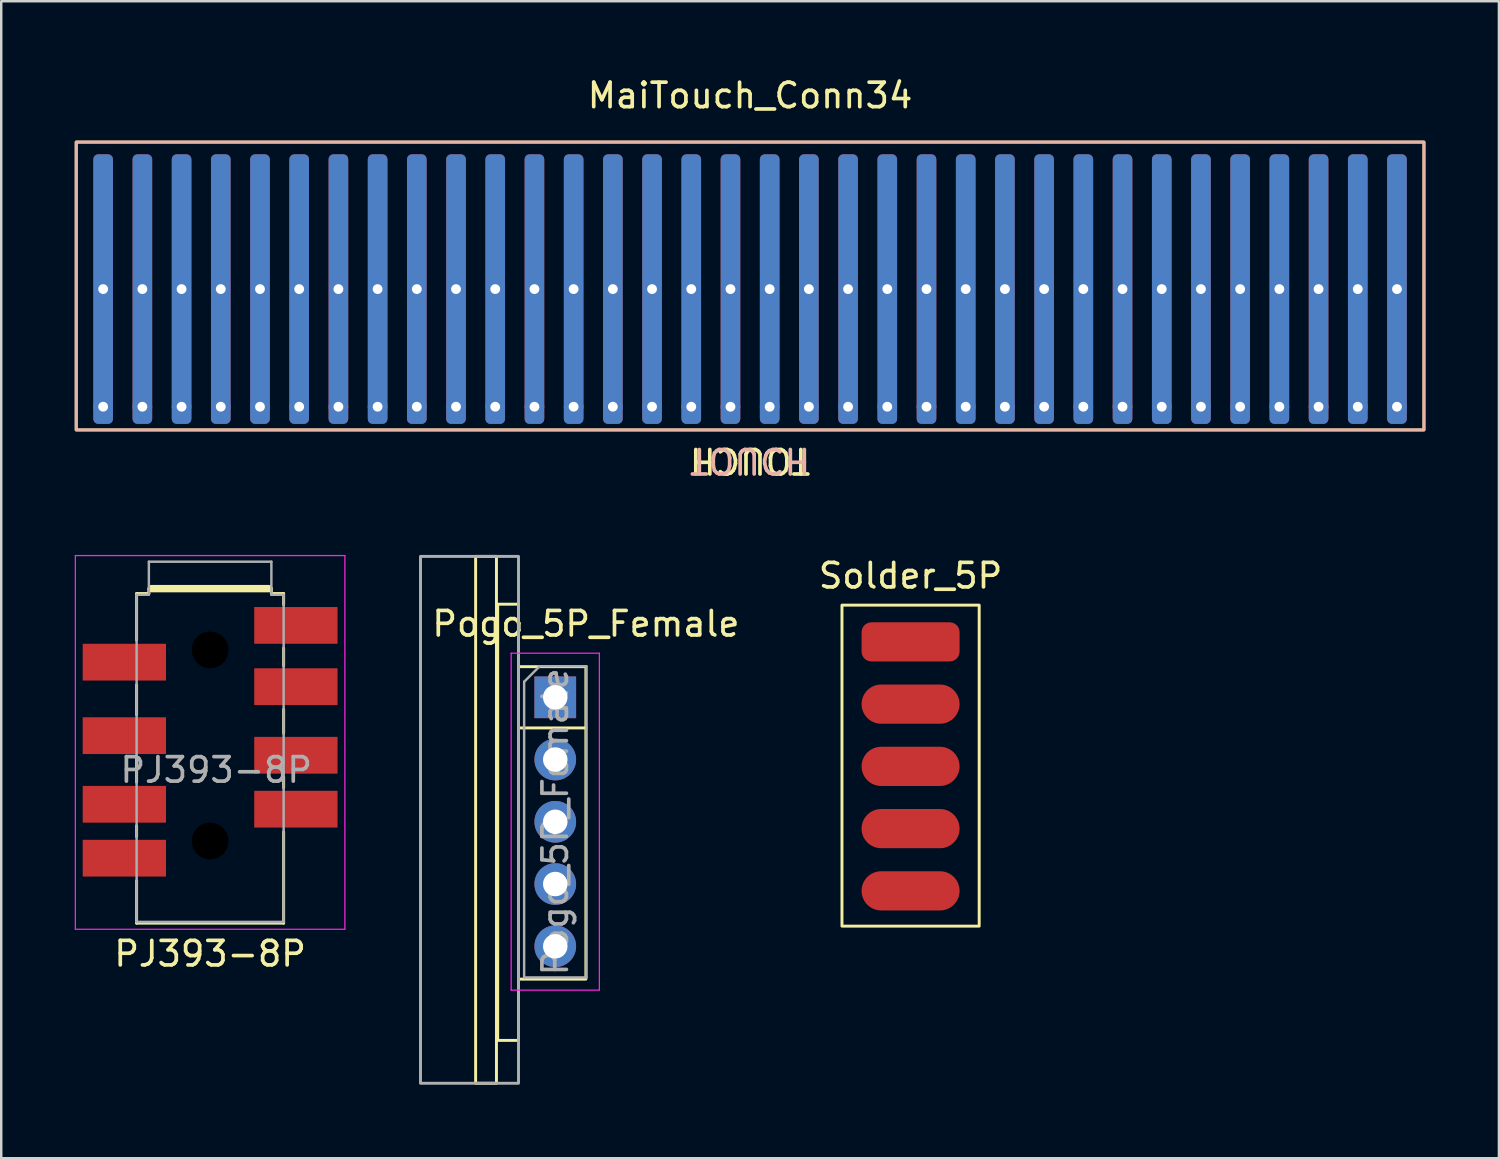
<source format=kicad_pcb>
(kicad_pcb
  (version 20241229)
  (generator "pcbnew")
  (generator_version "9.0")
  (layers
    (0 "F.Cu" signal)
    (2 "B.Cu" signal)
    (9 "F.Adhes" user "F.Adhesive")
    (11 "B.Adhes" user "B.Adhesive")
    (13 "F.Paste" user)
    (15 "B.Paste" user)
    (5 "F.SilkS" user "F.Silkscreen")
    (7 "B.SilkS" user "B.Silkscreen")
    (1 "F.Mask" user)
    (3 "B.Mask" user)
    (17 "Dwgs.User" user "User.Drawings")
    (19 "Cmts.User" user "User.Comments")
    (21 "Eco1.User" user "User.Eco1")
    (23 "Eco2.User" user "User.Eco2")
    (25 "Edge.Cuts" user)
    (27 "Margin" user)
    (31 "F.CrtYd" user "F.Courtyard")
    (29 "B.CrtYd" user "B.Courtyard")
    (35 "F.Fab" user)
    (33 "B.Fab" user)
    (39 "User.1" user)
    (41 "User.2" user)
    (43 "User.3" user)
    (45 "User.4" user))
  (footprint "Pogo_5P_Female"
    (layer "F.Cu")
    (at 19.61 25.407)
    (property "Reference" "Pogo_5P_Female" (at 1.25 -3 0) (layer "F.SilkS") (effects (font (size 1 1) (thickness 0.15))))
    (attr through_hole)
    (fp_line (start 1.25 1.25) (end -1.5 1.25) (stroke (width 0.12) (type solid)) (layer "F.SilkS"))
    (fp_rect (start -3.25 -5.75) (end -2.4 15.75) (stroke (width 0.12) (type solid)) (fill no) (layer "F.SilkS"))
    (fp_rect (start -2.35 -3.8) (end -1.5 14) (stroke (width 0.12) (type solid)) (fill no) (layer "F.SilkS"))
    (fp_rect (start -1.5 -1.25) (end 1.25 11.5) (stroke (width 0.12) (type solid)) (fill no) (layer "F.SilkS"))
    (fp_line (start -1.8 -1.8) (end -1.8 11.95) (stroke (width 0.05) (type solid)) (layer "F.CrtYd"))
    (fp_line (start -1.8 11.95) (end 1.8 11.95) (stroke (width 0.05) (type solid)) (layer "F.CrtYd"))
    (fp_line (start 1.8 -1.8) (end -1.8 -1.8) (stroke (width 0.05) (type solid)) (layer "F.CrtYd"))
    (fp_line (start 1.8 11.95) (end 1.8 -1.8) (stroke (width 0.05) (type solid)) (layer "F.CrtYd"))
    (fp_line (start -1.27 -0.635) (end -0.635 -1.27) (stroke (width 0.1) (type solid)) (layer "F.Fab"))
    (fp_line (start -1.27 11.43) (end -1.27 -0.635) (stroke (width 0.1) (type solid)) (layer "F.Fab"))
    (fp_line (start -0.635 -1.27) (end 1.27 -1.27) (stroke (width 0.1) (type solid)) (layer "F.Fab"))
    (fp_line (start 1.27 -1.27) (end 1.27 11.43) (stroke (width 0.1) (type solid)) (layer "F.Fab"))
    (fp_line (start 1.27 11.43) (end -1.27 11.43) (stroke (width 0.1) (type solid)) (layer "F.Fab"))
    (fp_rect (start -5.5 -5.75) (end -1.5 15.75) (stroke (width 0.12) (type solid)) (fill no) (layer "F.Fab"))
    (fp_text user "${REFERENCE}" (at 0 5.08 90) (layer "F.Fab") (effects (font (size 1 1) (thickness 0.15))))
    (pad "1" thru_hole rect (at 0 0) (size 1.7 1.7) (drill 1) (layers "*.Cu" "*.Mask"))
    (pad "2" thru_hole oval (at 0 2.54) (size 1.7 1.7) (drill 1) (layers "*.Cu" "*.Mask"))
    (pad "3" thru_hole oval (at 0 5.08) (size 1.7 1.7) (drill 1) (layers "*.Cu" "*.Mask"))
    (pad "4" thru_hole oval (at 0 7.62) (size 1.7 1.7) (drill 1) (layers "*.Cu" "*.Mask"))
    (pad "5" thru_hole oval (at 0 10.16) (size 1.7 1.7) (drill 1) (layers "*.Cu" "*.Mask")))
  (footprint "PJ393-8P"
    (layer "F.Cu")
    (at 5.525 28.372)
    (property "Reference" "PJ393-8P" (at 0 7.5 0) (layer "F.SilkS") (effects (font (size 1 1) (thickness 0.15))))
    (attr smd)
    (fp_line (start -3 -7.2) (end -2.5 -7.2) (stroke (width 0.12) (type solid)) (layer "F.SilkS"))
    (fp_line (start -3 -5.3) (end -3 -7.2) (stroke (width 0.12) (type solid)) (layer "F.SilkS"))
    (fp_line (start -3 -3.475) (end -3 -2.25) (stroke (width 0.12) (type solid)) (layer "F.SilkS"))
    (fp_line (start -3 -0.475) (end -3 0.5) (stroke (width 0.12) (type solid)) (layer "F.SilkS"))
    (fp_line (start -3 2.275) (end -3 2.725) (stroke (width 0.12) (type solid)) (layer "F.SilkS"))
    (fp_line (start -3 4.525) (end -3 6.25) (stroke (width 0.12) (type solid)) (layer "F.SilkS"))
    (fp_line (start -3 6.25) (end 3 6.25) (stroke (width 0.12) (type solid)) (layer "F.SilkS"))
    (fp_line (start -2.5 -7.2) (end -2.5 -7.4) (stroke (width 0.12) (type solid)) (layer "F.SilkS"))
    (fp_line (start -2.4 -7.4) (end 2.4 -7.4) (stroke (width 0.3) (type solid)) (layer "F.SilkS"))
    (fp_line (start 2.5 -7.4) (end 2.5 -7.2) (stroke (width 0.12) (type solid)) (layer "F.SilkS"))
    (fp_line (start 2.5 -7.2) (end 3 -7.2) (stroke (width 0.12) (type solid)) (layer "F.SilkS"))
    (fp_line (start 3 -7.2) (end 3 -6.75) (stroke (width 0.12) (type solid)) (layer "F.SilkS"))
    (fp_line (start 3 -4.975) (end 3 -4.25) (stroke (width 0.12) (type solid)) (layer "F.SilkS"))
    (fp_line (start 3 -2.475) (end 3 -1.5) (stroke (width 0.12) (type solid)) (layer "F.SilkS"))
    (fp_line (start 3 0.275) (end 3 0.725) (stroke (width 0.12) (type solid)) (layer "F.SilkS"))
    (fp_line (start 3 2.525) (end 3 6.25) (stroke (width 0.12) (type solid)) (layer "F.SilkS"))
    (fp_line (start -5.5 -8.75) (end -5.5 6.5) (stroke (width 0.05) (type solid)) (layer "F.CrtYd"))
    (fp_line (start -5.5 -8.75) (end 5.5 -8.75) (stroke (width 0.05) (type solid)) (layer "F.CrtYd"))
    (fp_line (start 5.5 6.5) (end -5.5 6.5) (stroke (width 0.05) (type solid)) (layer "F.CrtYd"))
    (fp_line (start 5.5 6.5) (end 5.5 -8.75) (stroke (width 0.05) (type solid)) (layer "F.CrtYd"))
    (fp_line (start -3 -7.15) (end -3 6.2) (stroke (width 0.1) (type solid)) (layer "F.Fab"))
    (fp_line (start -2.5 -8.5) (end -2.5 -7.15) (stroke (width 0.1) (type solid)) (layer "F.Fab"))
    (fp_line (start -2.5 -7.15) (end -3 -7.15) (stroke (width 0.1) (type solid)) (layer "F.Fab"))
    (fp_line (start 2.5 -8.5) (end -2.5 -8.5) (stroke (width 0.1) (type solid)) (layer "F.Fab"))
    (fp_line (start 2.5 -7.15) (end 2.5 -8.5) (stroke (width 0.1) (type solid)) (layer "F.Fab"))
    (fp_line (start 2.5 -7.15) (end 3 -7.15) (stroke (width 0.1) (type solid)) (layer "F.Fab"))
    (fp_line (start 3 -7.15) (end 3 6.2) (stroke (width 0.1) (type solid)) (layer "F.Fab"))
    (fp_line (start 3 6.2) (end -3 6.2) (stroke (width 0.1) (type solid)) (layer "F.Fab"))
    (fp_text user "${REFERENCE}" (at 0.25 0 0) (layer "F.Fab") (effects (font (size 1 1) (thickness 0.15))))
    (pad "" np_thru_hole circle (at 0 -4.9) (size 1.6 1.6) (drill 1.5) (layers "*.Mask"))
    (pad "" np_thru_hole circle (at 0 2.9) (size 1.6 1.6) (drill 1.5) (layers "*.Mask"))
    (pad "R1" smd rect (at -3.5 1.4) (size 3.4 1.5) (layers "F.Cu" "F.Mask" "F.Paste"))
    (pad "R1" smd rect (at 3.5 -0.6) (size 3.4 1.5) (layers "F.Cu" "F.Mask" "F.Paste"))
    (pad "R2" smd rect (at -3.5 -1.4) (size 3.4 1.5) (layers "F.Cu" "F.Mask" "F.Paste"))
    (pad "R2" smd rect (at 3.5 -3.4) (size 3.4 1.5) (layers "F.Cu" "F.Mask" "F.Paste"))
    (pad "S" smd rect (at -3.5 -4.4) (size 3.4 1.5) (layers "F.Cu" "F.Mask" "F.Paste"))
    (pad "S" smd rect (at 3.5 -5.9) (size 3.4 1.5) (layers "F.Cu" "F.Mask" "F.Paste"))
    (pad "T" smd rect (at -3.5 3.6) (size 3.4 1.5) (layers "F.Cu" "F.Mask" "F.Paste"))
    (pad "T" smd rect (at 3.5 1.6) (size 3.4 1.5) (layers "F.Cu" "F.Mask" "F.Paste")))
  (footprint "Solder_5P"
    (layer "F.Cu")
    (at 34.11 23.145)
    (property "Reference" "Solder_5P" (at 0 -2.7 0) (layer "F.SilkS") (effects (font (size 1 1) (thickness 0.15))))
    (attr through_hole)
    (fp_rect (start -2.8 -1.5) (end 2.8 11.6) (stroke (width 0.12) (type solid)) (fill no) (layer "F.SilkS"))
    (pad "1" smd roundrect (at 0 0) (size 4 1.6) (layers "F.Cu" "F.Mask" "F.Paste") (roundrect_rratio 0.25))
    (pad "2" smd oval (at 0 2.54) (size 4 1.6) (layers "F.Cu" "F.Mask" "F.Paste"))
    (pad "3" smd oval (at 0 5.08) (size 4 1.6) (layers "F.Cu" "F.Mask" "F.Paste"))
    (pad "4" smd oval (at 0 7.62) (size 4 1.6) (layers "F.Cu" "F.Mask" "F.Paste"))
    (pad "5" smd oval (at 0 10.16) (size 4 1.6) (layers "F.Cu" "F.Mask" "F.Paste")))
  (footprint "MaiTouch_Conn34"
    (layer "F.Cu")
    (at 27.56 8.748)
    (property "Reference" "MaiTouch_Conn34" (at 0 -7.9 0) (unlocked yes) (layer "F.SilkS") (effects (font (size 1 1) (thickness 0.15))))
    (attr through_hole)
    (fp_rect (start -27.5 -6) (end 27.5 5.748) (stroke (width 0.12) (type solid)) (fill no) (layer "F.SilkS"))
    (fp_rect (start -27.5 -6) (end 27.5 5.748) (stroke (width 0.12) (type solid)) (fill no) (layer "B.SilkS"))
    (fp_text user "TOUCH" (at 0 7 180) (unlocked yes) (layer "F.SilkS") (effects (font (size 1 1) (thickness 0.15))))
    (fp_text user "TOUCH" (at 0 7 180) (unlocked yes) (layer "B.SilkS") (effects (font (size 1 1) (thickness 0.15)) (justify mirror)))
    (pad "1" thru_hole roundrect (at -26.4 0) (size 0.8 11) (drill 0.4) (layers "*.Cu" "*.Mask") (roundrect_rratio 0.25))
    (pad "1" thru_hole circle (at -26.4 4.8) (size 0.8 0.8) (drill 0.4) (layers "*.Cu" "*.Mask"))
    (pad "2" thru_hole roundrect (at -24.8 0) (size 0.8 11) (drill 0.4) (layers "*.Cu" "*.Mask") (roundrect_rratio 0.25))
    (pad "2" thru_hole circle (at -24.8 4.8) (size 0.8 0.8) (drill 0.4) (layers "*.Cu" "*.Mask"))
    (pad "3" thru_hole roundrect (at -23.2 0) (size 0.8 11) (drill 0.4) (layers "*.Cu" "*.Mask") (roundrect_rratio 0.25))
    (pad "3" thru_hole circle (at -23.2 4.8) (size 0.8 0.8) (drill 0.4) (layers "*.Cu" "*.Mask"))
    (pad "4" thru_hole roundrect (at -21.6 0) (size 0.8 11) (drill 0.4) (layers "*.Cu" "*.Mask") (roundrect_rratio 0.25))
    (pad "4" thru_hole circle (at -21.6 4.8) (size 0.8 0.8) (drill 0.4) (layers "*.Cu" "*.Mask"))
    (pad "5" thru_hole roundrect (at -20 0) (size 0.8 11) (drill 0.4) (layers "*.Cu" "*.Mask") (roundrect_rratio 0.25))
    (pad "5" thru_hole circle (at -20 4.8) (size 0.8 0.8) (drill 0.4) (layers "*.Cu" "*.Mask"))
    (pad "6" thru_hole roundrect (at -18.4 0) (size 0.8 11) (drill 0.4) (layers "*.Cu" "*.Mask") (roundrect_rratio 0.25))
    (pad "6" thru_hole circle (at -18.4 4.8) (size 0.8 0.8) (drill 0.4) (layers "*.Cu" "*.Mask"))
    (pad "7" thru_hole roundrect (at -16.8 0) (size 0.8 11) (drill 0.4) (layers "*.Cu" "*.Mask") (roundrect_rratio 0.25))
    (pad "7" thru_hole circle (at -16.8 4.8) (size 0.8 0.8) (drill 0.4) (layers "*.Cu" "*.Mask"))
    (pad "8" thru_hole roundrect (at -15.2 0) (size 0.8 11) (drill 0.4) (layers "*.Cu" "*.Mask") (roundrect_rratio 0.25))
    (pad "8" thru_hole circle (at -15.2 4.8) (size 0.8 0.8) (drill 0.4) (layers "*.Cu" "*.Mask"))
    (pad "9" thru_hole roundrect (at -13.6 0) (size 0.8 11) (drill 0.4) (layers "*.Cu" "*.Mask") (roundrect_rratio 0.25))
    (pad "9" thru_hole circle (at -13.6 4.8) (size 0.8 0.8) (drill 0.4) (layers "*.Cu" "*.Mask"))
    (pad "10" thru_hole roundrect (at -12 0) (size 0.8 11) (drill 0.4) (layers "*.Cu" "*.Mask") (roundrect_rratio 0.25))
    (pad "10" thru_hole circle (at -12 4.8) (size 0.8 0.8) (drill 0.4) (layers "*.Cu" "*.Mask"))
    (pad "11" thru_hole roundrect (at -10.4 0) (size 0.8 11) (drill 0.4) (layers "*.Cu" "*.Mask") (roundrect_rratio 0.25))
    (pad "11" thru_hole circle (at -10.4 4.8) (size 0.8 0.8) (drill 0.4) (layers "*.Cu" "*.Mask"))
    (pad "12" thru_hole roundrect (at -8.8 0) (size 0.8 11) (drill 0.4) (layers "*.Cu" "*.Mask") (roundrect_rratio 0.25))
    (pad "12" thru_hole circle (at -8.8 4.8) (size 0.8 0.8) (drill 0.4) (layers "*.Cu" "*.Mask"))
    (pad "13" thru_hole roundrect (at -7.2 0) (size 0.8 11) (drill 0.4) (layers "*.Cu" "*.Mask") (roundrect_rratio 0.25))
    (pad "13" thru_hole circle (at -7.2 4.8) (size 0.8 0.8) (drill 0.4) (layers "*.Cu" "*.Mask"))
    (pad "14" thru_hole roundrect (at -5.6 0) (size 0.8 11) (drill 0.4) (layers "*.Cu" "*.Mask") (roundrect_rratio 0.25))
    (pad "14" thru_hole circle (at -5.6 4.8) (size 0.8 0.8) (drill 0.4) (layers "*.Cu" "*.Mask"))
    (pad "15" thru_hole roundrect (at -4 0) (size 0.8 11) (drill 0.4) (layers "*.Cu" "*.Mask") (roundrect_rratio 0.25))
    (pad "15" thru_hole circle (at -4 4.8) (size 0.8 0.8) (drill 0.4) (layers "*.Cu" "*.Mask"))
    (pad "16" thru_hole roundrect (at -2.4 0) (size 0.8 11) (drill 0.4) (layers "*.Cu" "*.Mask") (roundrect_rratio 0.25))
    (pad "16" thru_hole circle (at -2.4 4.8) (size 0.8 0.8) (drill 0.4) (layers "*.Cu" "*.Mask"))
    (pad "17" thru_hole roundrect (at -0.8 0) (size 0.8 11) (drill 0.4) (layers "*.Cu" "*.Mask") (roundrect_rratio 0.25))
    (pad "17" thru_hole circle (at -0.8 4.8) (size 0.8 0.8) (drill 0.4) (layers "*.Cu" "*.Mask"))
    (pad "18" thru_hole roundrect (at 0.8 0) (size 0.8 11) (drill 0.4) (layers "*.Cu" "*.Mask") (roundrect_rratio 0.25))
    (pad "18" thru_hole circle (at 0.8 4.8) (size 0.8 0.8) (drill 0.4) (layers "*.Cu" "*.Mask"))
    (pad "19" thru_hole roundrect (at 2.4 0) (size 0.8 11) (drill 0.4) (layers "*.Cu" "*.Mask") (roundrect_rratio 0.25))
    (pad "19" thru_hole circle (at 2.4 4.8) (size 0.8 0.8) (drill 0.4) (layers "*.Cu" "*.Mask"))
    (pad "20" thru_hole roundrect (at 4 0) (size 0.8 11) (drill 0.4) (layers "*.Cu" "*.Mask") (roundrect_rratio 0.25))
    (pad "20" thru_hole circle (at 4 4.8) (size 0.8 0.8) (drill 0.4) (layers "*.Cu" "*.Mask"))
    (pad "21" thru_hole roundrect (at 5.6 0) (size 0.8 11) (drill 0.4) (layers "*.Cu" "*.Mask") (roundrect_rratio 0.25))
    (pad "21" thru_hole circle (at 5.6 4.8) (size 0.8 0.8) (drill 0.4) (layers "*.Cu" "*.Mask"))
    (pad "22" thru_hole roundrect (at 7.2 0) (size 0.8 11) (drill 0.4) (layers "*.Cu" "*.Mask") (roundrect_rratio 0.25))
    (pad "22" thru_hole circle (at 7.2 4.8) (size 0.8 0.8) (drill 0.4) (layers "*.Cu" "*.Mask"))
    (pad "23" thru_hole roundrect (at 8.8 0) (size 0.8 11) (drill 0.4) (layers "*.Cu" "*.Mask") (roundrect_rratio 0.25))
    (pad "23" thru_hole circle (at 8.8 4.8) (size 0.8 0.8) (drill 0.4) (layers "*.Cu" "*.Mask"))
    (pad "24" thru_hole roundrect (at 10.4 0) (size 0.8 11) (drill 0.4) (layers "*.Cu" "*.Mask") (roundrect_rratio 0.25))
    (pad "24" thru_hole circle (at 10.4 4.8) (size 0.8 0.8) (drill 0.4) (layers "*.Cu" "*.Mask"))
    (pad "25" thru_hole roundrect (at 12 0) (size 0.8 11) (drill 0.4) (layers "*.Cu" "*.Mask") (roundrect_rratio 0.25))
    (pad "25" thru_hole circle (at 12 4.8) (size 0.8 0.8) (drill 0.4) (layers "*.Cu" "*.Mask"))
    (pad "26" thru_hole roundrect (at 13.6 0) (size 0.8 11) (drill 0.4) (layers "*.Cu" "*.Mask") (roundrect_rratio 0.25))
    (pad "26" thru_hole circle (at 13.6 4.8) (size 0.8 0.8) (drill 0.4) (layers "*.Cu" "*.Mask"))
    (pad "27" thru_hole roundrect (at 15.2 0) (size 0.8 11) (drill 0.4) (layers "*.Cu" "*.Mask") (roundrect_rratio 0.25))
    (pad "27" thru_hole circle (at 15.2 4.8) (size 0.8 0.8) (drill 0.4) (layers "*.Cu" "*.Mask"))
    (pad "28" thru_hole roundrect (at 16.8 0) (size 0.8 11) (drill 0.4) (layers "*.Cu" "*.Mask") (roundrect_rratio 0.25))
    (pad "28" thru_hole circle (at 16.8 4.8) (size 0.8 0.8) (drill 0.4) (layers "*.Cu" "*.Mask"))
    (pad "29" thru_hole roundrect (at 18.4 0) (size 0.8 11) (drill 0.4) (layers "*.Cu" "*.Mask") (roundrect_rratio 0.25))
    (pad "29" thru_hole circle (at 18.4 4.8) (size 0.8 0.8) (drill 0.4) (layers "*.Cu" "*.Mask"))
    (pad "30" thru_hole roundrect (at 20 0) (size 0.8 11) (drill 0.4) (layers "*.Cu" "*.Mask") (roundrect_rratio 0.25))
    (pad "30" thru_hole circle (at 20 4.8) (size 0.8 0.8) (drill 0.4) (layers "*.Cu" "*.Mask"))
    (pad "31" thru_hole roundrect (at 21.6 0) (size 0.8 11) (drill 0.4) (layers "*.Cu" "*.Mask") (roundrect_rratio 0.25))
    (pad "31" thru_hole circle (at 21.6 4.8) (size 0.8 0.8) (drill 0.4) (layers "*.Cu" "*.Mask"))
    (pad "32" thru_hole roundrect (at 23.2 0) (size 0.8 11) (drill 0.4) (layers "*.Cu" "*.Mask") (roundrect_rratio 0.25))
    (pad "32" thru_hole circle (at 23.2 4.8) (size 0.8 0.8) (drill 0.4) (layers "*.Cu" "*.Mask"))
    (pad "33" thru_hole roundrect (at 24.8 0) (size 0.8 11) (drill 0.4) (layers "*.Cu" "*.Mask") (roundrect_rratio 0.25))
    (pad "33" thru_hole circle (at 24.8 4.8) (size 0.8 0.8) (drill 0.4) (layers "*.Cu" "*.Mask"))
    (pad "34" thru_hole roundrect (at 26.4 0) (size 0.8 11) (drill 0.4) (layers "*.Cu" "*.Mask") (roundrect_rratio 0.25))
    (pad "34" thru_hole circle (at 26.4 4.8) (size 0.8 0.8) (drill 0.4) (layers "*.Cu" "*.Mask")))
  (gr_rect
    (start -3 -3)
    (end 58.12 44.217)
    (stroke (width 0.1) (type default))
    (fill no)
    (layer "Edge.Cuts")))
</source>
